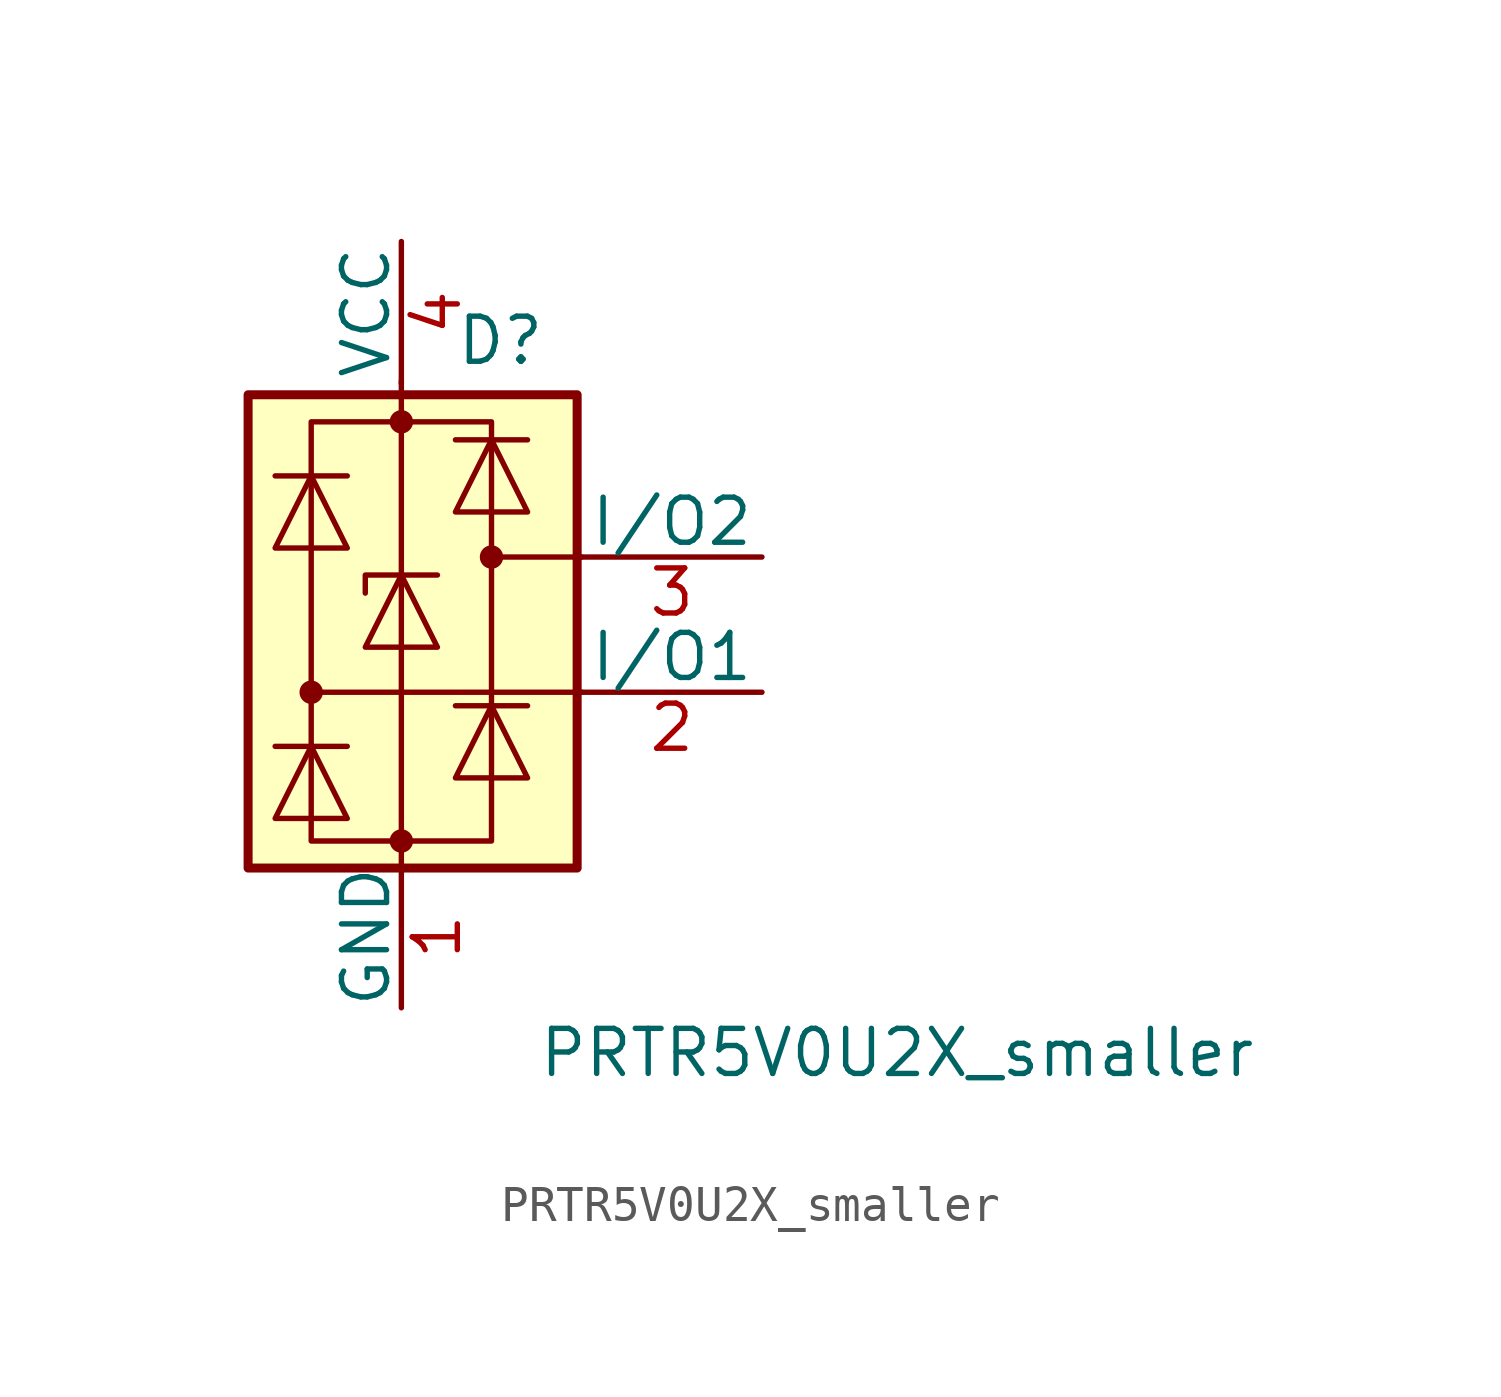
<source format=kicad_sym>
(kicad_symbol_lib
  (version 20211014)
  (generator kicad_symbol_editor)
  (symbol "PRTR5V0U2X_smaller"
    (pin_names
      (offset 0))
    (property "Reference" "D"
      (at 2.794 8.636 0)
      (effects (font (size 1.27 1.27))))
    (property "Value" "PRTR5V0U2X_smaller"
      (at 13.97 -11.43 0)
      (effects (font (size 1.27 1.27))))
    (symbol "PRTR5V0U2X_smaller_0_1"
      (rectangle (start -4.318 7.112) (end 4.953 -6.223) (stroke (width 0.254) (type default) (color 0 0 0 0)) (fill (type background)))
      (circle (center -2.54 -1.27) (radius 0.254) (stroke (width 0) (type default) (color 0 0 0 0)) (fill (type outline)))
      (rectangle (start -2.54 6.35) (end 2.54 -5.461) (stroke (width 0) (type default) (color 0 0 0 0)) (fill (type none)))
      (circle (center 0 -5.461) (radius 0.254) (stroke (width 0) (type default) (color 0 0 0 0)) (fill (type outline)))
      (polyline (pts (xy -1.524 -2.794) (xy -3.556 -2.794)) (stroke (width 0) (type default) (color 0 0 0 0)) (fill (type none)))
      (polyline (pts (xy -1.524 4.826) (xy -3.556 4.826)) (stroke (width 0) (type default) (color 0 0 0 0)) (fill (type none)))
      (polyline (pts (xy 0 -6.096) (xy 0 7.493)) (stroke (width 0) (type default) (color 0 0 0 0)) (fill (type none)))
      (polyline (pts (xy 1.524 -1.651) (xy 3.556 -1.651)) (stroke (width 0) (type default) (color 0 0 0 0)) (fill (type none)))
      (polyline (pts (xy 1.524 5.842) (xy 3.556 5.842)) (stroke (width 0) (type default) (color 0 0 0 0)) (fill (type none)))
      (polyline (pts (xy 2.54 2.54) (xy 5.08 2.54)) (stroke (width 0) (type default) (color 0 0 0 0)) (fill (type none)))
      (polyline (pts (xy 5.08 -1.27) (xy -2.54 -1.27)) (stroke (width 0) (type default) (color 0 0 0 0)) (fill (type none)))
      (polyline (pts (xy 1.016 2.032) (xy -1.016 2.032) (xy -1.016 1.524)) (stroke (width 0) (type default) (color 0 0 0 0)) (fill (type none)))
      (polyline (pts (xy -3.556 -4.826) (xy -1.524 -4.826) (xy -2.54 -2.794) (xy -3.556 -4.826)) (stroke (width 0) (type default) (color 0 0 0 0)) (fill (type none)))
      (polyline (pts (xy -3.556 2.794) (xy -1.524 2.794) (xy -2.54 4.826) (xy -3.556 2.794)) (stroke (width 0) (type default) (color 0 0 0 0)) (fill (type none)))
      (polyline (pts (xy -1.016 0) (xy 1.016 0) (xy 0 2.032) (xy -1.016 0)) (stroke (width 0) (type default) (color 0 0 0 0)) (fill (type none)))
      (polyline (pts (xy 3.556 -3.683) (xy 1.524 -3.683) (xy 2.54 -1.651) (xy 3.556 -3.683)) (stroke (width 0) (type default) (color 0 0 0 0)) (fill (type none)))
      (polyline (pts (xy 3.556 3.81) (xy 1.524 3.81) (xy 2.54 5.842) (xy 3.556 3.81)) (stroke (width 0) (type default) (color 0 0 0 0)) (fill (type none)))
      (circle (center 0 6.35) (radius 0.254) (stroke (width 0) (type default) (color 0 0 0 0)) (fill (type outline)))
      (circle (center 2.54 2.54) (radius 0.254) (stroke (width 0) (type default) (color 0 0 0 0)) (fill (type outline))))
    (symbol "PRTR5V0U2X_smaller_1_1"
      (pin passive line (at 0 -10.16 90) (length 4) (name "GND" (effects (font (size 1.27 1.27)))) (number "1" (effects (font (size 1.27 1.27)))))
      (pin passive line (at 10.16 -1.27 180) (length 5.08) (name "I/O1" (effects (font (size 1.27 1.27)))) (number "2" (effects (font (size 1.27 1.27)))))
      (pin passive line (at 10.16 2.54 180) (length 5.08) (name "I/O2" (effects (font (size 1.27 1.27)))) (number "3" (effects (font (size 1.27 1.27)))))
      (pin passive line (at 0 11.43 270) (length 4) (name "VCC" (effects (font (size 1.27 1.27)))) (number "4" (effects (font (size 1.27 1.27))))))))
</source>
